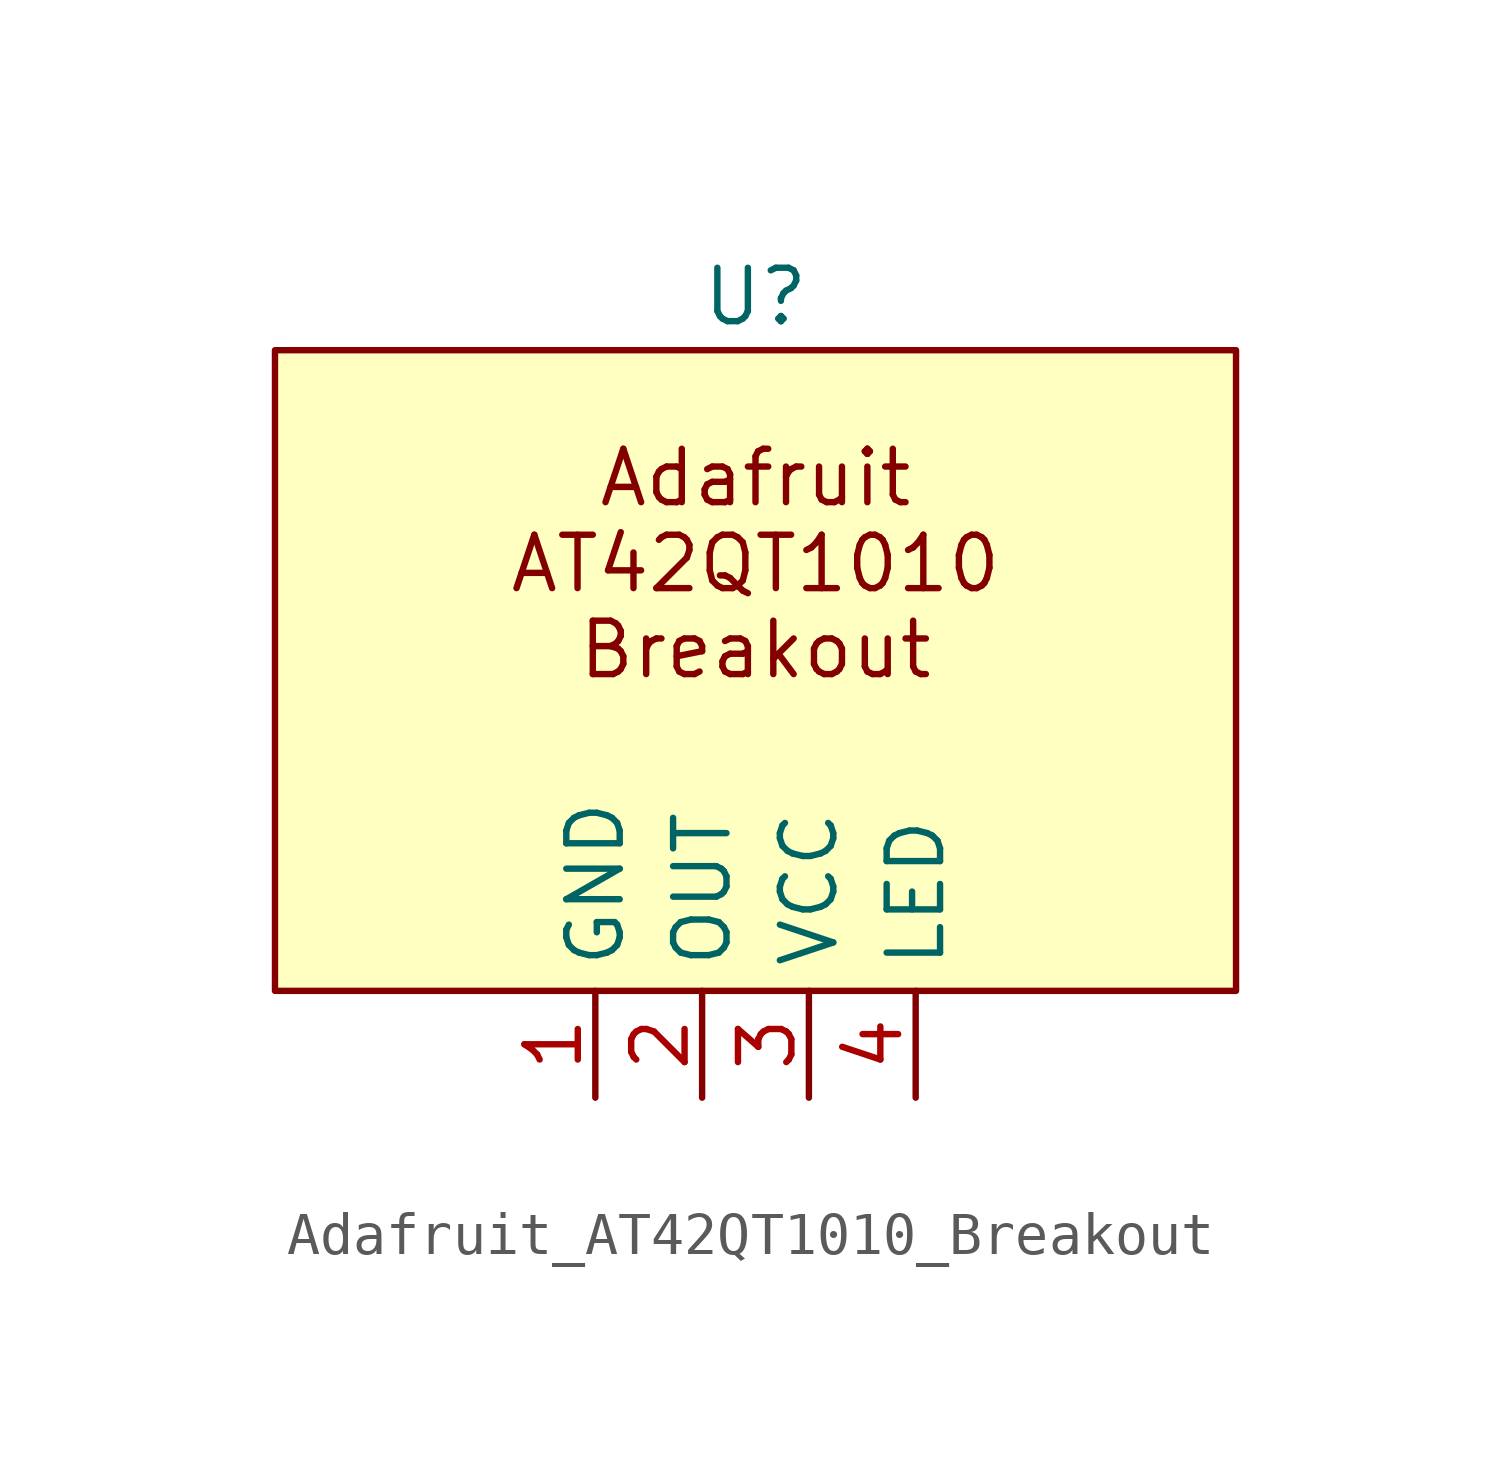
<source format=kicad_sym>
(kicad_symbol_lib
  (version 20220914)
  (generator kicad_symbol_editor)
  (symbol "Adafruit_AT42QT1010_Breakout"
    (property "Reference" "U"
      (at 11.43 1.27 0)
      (effects (font (size 1.27 1.27))))
    (property "Value" ""
      (at 0 0 0)
      (effects (font (size 1.27 1.27))))
    (symbol "Adafruit_AT42QT1010_Breakout_1_1"
      (rectangle (start 0 0) (end 22.86 -15.24) (stroke (width 0) (type default)) (fill (type background)))
      (text "Adafruit\nAT42QT1010\nBreakout" (at 11.43 -5.08 0) (effects (font (size 1.27 1.27))))
      (pin input line (at 7.62 -17.78 90) (length 2.54) (name "GND" (effects (font (size 1.27 1.27)))) (number "1" (effects (font (size 1.27 1.27)))))
      (pin input line (at 10.16 -17.78 90) (length 2.54) (name "OUT" (effects (font (size 1.27 1.27)))) (number "2" (effects (font (size 1.27 1.27)))))
      (pin input line (at 12.7 -17.78 90) (length 2.54) (name "VCC" (effects (font (size 1.27 1.27)))) (number "3" (effects (font (size 1.27 1.27)))))
      (pin input line (at 15.24 -17.78 90) (length 2.54) (name "LED" (effects (font (size 1.27 1.27)))) (number "4" (effects (font (size 1.27 1.27))))))))
</source>
